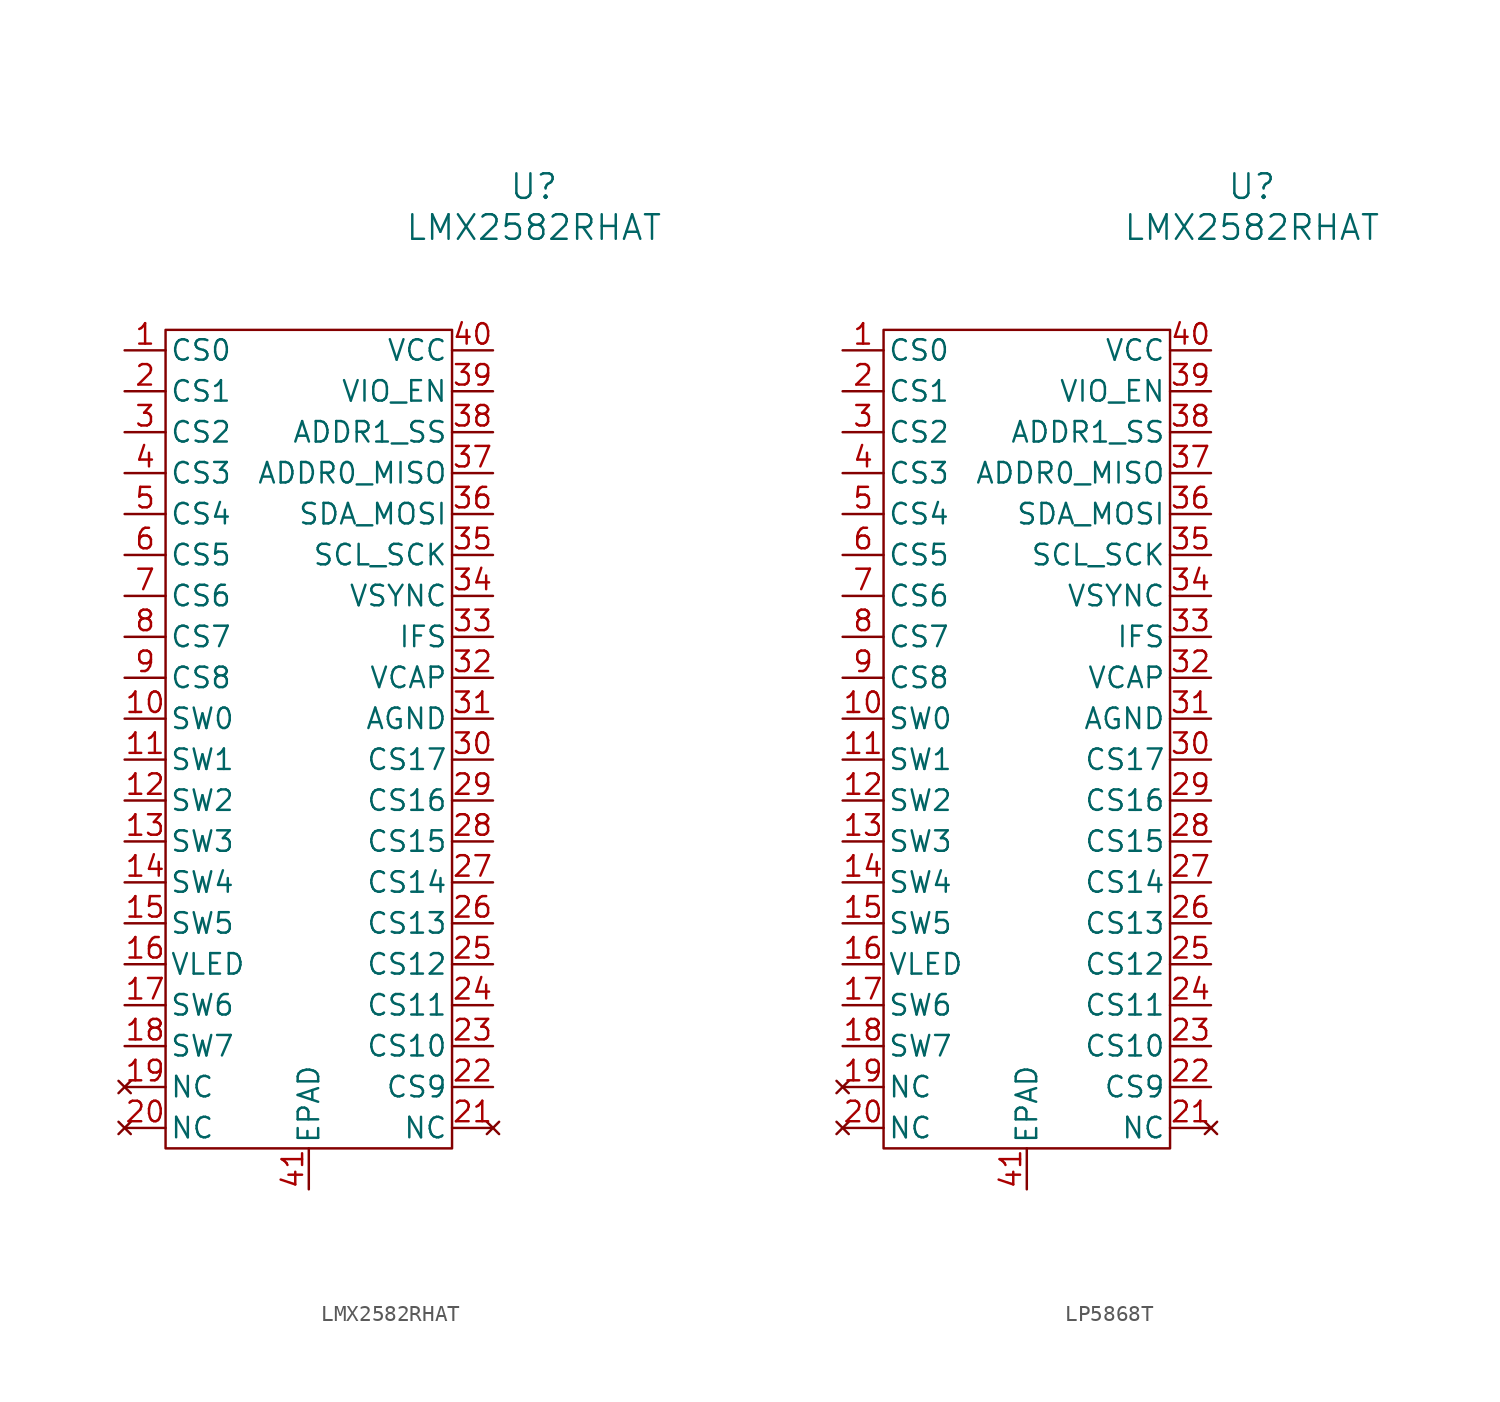
<source format=kicad_sym>
(kicad_symbol_lib
  (version 20220914)
  (generator kicad_symbol_editor)
  (symbol "LMX2582RHAT"
    (pin_names
      (offset 0.254))
    (property "Reference" "U"
      (at 30.48 10.16 0)
      (effects (font (size 1.524 1.524))))
    (property "Value" "LMX2582RHAT"
      (at 30.48 7.62 0)
      (effects (font (size 1.524 1.524))))
    (property "ki_locked" ""
      (at 0 0 0)
      (effects (font (size 1.27 1.27))))
    (symbol "LMX2582RHAT_1_1"
      (rectangle (start 7.62 1.27) (end 25.4 -49.53) (stroke (width 0) (type default)) (fill (type none)))
      (pin output line (at 5.08 0 0) (length 2.54) (name "CS0" (effects (font (size 1.27 1.27)))) (number "1" (effects (font (size 1.27 1.27)))))
      (pin output line (at 5.08 -22.86 0) (length 2.54) (name "SW0" (effects (font (size 1.27 1.27)))) (number "10" (effects (font (size 1.27 1.27)))))
      (pin output line (at 5.08 -25.4 0) (length 2.54) (name "SW1" (effects (font (size 1.27 1.27)))) (number "11" (effects (font (size 1.27 1.27)))))
      (pin output line (at 5.08 -27.94 0) (length 2.54) (name "SW2" (effects (font (size 1.27 1.27)))) (number "12" (effects (font (size 1.27 1.27)))))
      (pin output line (at 5.08 -30.48 0) (length 2.54) (name "SW3" (effects (font (size 1.27 1.27)))) (number "13" (effects (font (size 1.27 1.27)))))
      (pin output line (at 5.08 -33.02 0) (length 2.54) (name "SW4" (effects (font (size 1.27 1.27)))) (number "14" (effects (font (size 1.27 1.27)))))
      (pin output line (at 5.08 -35.56 0) (length 2.54) (name "SW5" (effects (font (size 1.27 1.27)))) (number "15" (effects (font (size 1.27 1.27)))))
      (pin power_in line (at 5.08 -38.1 0) (length 2.54) (name "VLED" (effects (font (size 1.27 1.27)))) (number "16" (effects (font (size 1.27 1.27)))))
      (pin output line (at 5.08 -40.64 0) (length 2.54) (name "SW6" (effects (font (size 1.27 1.27)))) (number "17" (effects (font (size 1.27 1.27)))))
      (pin output line (at 5.08 -43.18 0) (length 2.54) (name "SW7" (effects (font (size 1.27 1.27)))) (number "18" (effects (font (size 1.27 1.27)))))
      (pin no_connect line (at 5.08 -45.72 0) (length 2.54) (name "NC" (effects (font (size 1.27 1.27)))) (number "19" (effects (font (size 1.27 1.27)))))
      (pin output line (at 5.08 -2.54 0) (length 2.54) (name "CS1" (effects (font (size 1.27 1.27)))) (number "2" (effects (font (size 1.27 1.27)))))
      (pin no_connect line (at 5.08 -48.26 0) (length 2.54) (name "NC" (effects (font (size 1.27 1.27)))) (number "20" (effects (font (size 1.27 1.27)))))
      (pin no_connect line (at 27.94 -48.26 180) (length 2.54) (name "NC" (effects (font (size 1.27 1.27)))) (number "21" (effects (font (size 1.27 1.27)))))
      (pin output line (at 27.94 -45.72 180) (length 2.54) (name "CS9" (effects (font (size 1.27 1.27)))) (number "22" (effects (font (size 1.27 1.27)))))
      (pin output line (at 27.94 -43.18 180) (length 2.54) (name "CS10" (effects (font (size 1.27 1.27)))) (number "23" (effects (font (size 1.27 1.27)))))
      (pin output line (at 27.94 -40.64 180) (length 2.54) (name "CS11" (effects (font (size 1.27 1.27)))) (number "24" (effects (font (size 1.27 1.27)))))
      (pin output line (at 27.94 -38.1 180) (length 2.54) (name "CS12" (effects (font (size 1.27 1.27)))) (number "25" (effects (font (size 1.27 1.27)))))
      (pin output line (at 27.94 -35.56 180) (length 2.54) (name "CS13" (effects (font (size 1.27 1.27)))) (number "26" (effects (font (size 1.27 1.27)))))
      (pin output line (at 27.94 -33.02 180) (length 2.54) (name "CS14" (effects (font (size 1.27 1.27)))) (number "27" (effects (font (size 1.27 1.27)))))
      (pin output line (at 27.94 -30.48 180) (length 2.54) (name "CS15" (effects (font (size 1.27 1.27)))) (number "28" (effects (font (size 1.27 1.27)))))
      (pin output line (at 27.94 -27.94 180) (length 2.54) (name "CS16" (effects (font (size 1.27 1.27)))) (number "29" (effects (font (size 1.27 1.27)))))
      (pin output line (at 5.08 -5.08 0) (length 2.54) (name "CS2" (effects (font (size 1.27 1.27)))) (number "3" (effects (font (size 1.27 1.27)))))
      (pin output line (at 27.94 -25.4 180) (length 2.54) (name "CS17" (effects (font (size 1.27 1.27)))) (number "30" (effects (font (size 1.27 1.27)))))
      (pin power_in line (at 27.94 -22.86 180) (length 2.54) (name "AGND" (effects (font (size 1.27 1.27)))) (number "31" (effects (font (size 1.27 1.27)))))
      (pin output line (at 27.94 -20.32 180) (length 2.54) (name "VCAP" (effects (font (size 1.27 1.27)))) (number "32" (effects (font (size 1.27 1.27)))))
      (pin input line (at 27.94 -17.78 180) (length 2.54) (name "IFS" (effects (font (size 1.27 1.27)))) (number "33" (effects (font (size 1.27 1.27)))))
      (pin input line (at 27.94 -15.24 180) (length 2.54) (name "VSYNC" (effects (font (size 1.27 1.27)))) (number "34" (effects (font (size 1.27 1.27)))))
      (pin input line (at 27.94 -12.7 180) (length 2.54) (name "SCL_SCK" (effects (font (size 1.27 1.27)))) (number "35" (effects (font (size 1.27 1.27)))))
      (pin bidirectional line (at 27.94 -10.16 180) (length 2.54) (name "SDA_MOSI" (effects (font (size 1.27 1.27)))) (number "36" (effects (font (size 1.27 1.27)))))
      (pin bidirectional line (at 27.94 -7.62 180) (length 2.54) (name "ADDR0_MISO" (effects (font (size 1.27 1.27)))) (number "37" (effects (font (size 1.27 1.27)))))
      (pin input line (at 27.94 -5.08 180) (length 2.54) (name "ADDR1_SS" (effects (font (size 1.27 1.27)))) (number "38" (effects (font (size 1.27 1.27)))))
      (pin power_in line (at 27.94 -2.54 180) (length 2.54) (name "VIO_EN" (effects (font (size 1.27 1.27)))) (number "39" (effects (font (size 1.27 1.27)))))
      (pin output line (at 5.08 -7.62 0) (length 2.54) (name "CS3" (effects (font (size 1.27 1.27)))) (number "4" (effects (font (size 1.27 1.27)))))
      (pin power_in line (at 27.94 0 180) (length 2.54) (name "VCC" (effects (font (size 1.27 1.27)))) (number "40" (effects (font (size 1.27 1.27)))))
      (pin power_in line (at 16.51 -52.07 90) (length 2.54) (name "EPAD" (effects (font (size 1.27 1.27)))) (number "41" (effects (font (size 1.27 1.27)))))
      (pin output line (at 5.08 -10.16 0) (length 2.54) (name "CS4" (effects (font (size 1.27 1.27)))) (number "5" (effects (font (size 1.27 1.27)))))
      (pin output line (at 5.08 -12.7 0) (length 2.54) (name "CS5" (effects (font (size 1.27 1.27)))) (number "6" (effects (font (size 1.27 1.27)))))
      (pin output line (at 5.08 -15.24 0) (length 2.54) (name "CS6" (effects (font (size 1.27 1.27)))) (number "7" (effects (font (size 1.27 1.27)))))
      (pin output line (at 5.08 -17.78 0) (length 2.54) (name "CS7" (effects (font (size 1.27 1.27)))) (number "8" (effects (font (size 1.27 1.27)))))
      (pin output line (at 5.08 -20.32 0) (length 2.54) (name "CS8" (effects (font (size 1.27 1.27)))) (number "9" (effects (font (size 1.27 1.27)))))))
  (symbol "LP5868T"
    (pin_names
      (offset 0.254))
    (property "Reference" "U"
      (at 30.48 10.16 0)
      (effects (font (size 1.524 1.524))))
    (property "Value" "LMX2582RHAT"
      (at 30.48 7.62 0)
      (effects (font (size 1.524 1.524))))
    (property "ki_locked" ""
      (at 0 0 0)
      (effects (font (size 1.27 1.27))))
    (symbol "LP5868T_1_1"
      (rectangle (start 7.62 1.27) (end 25.4 -49.53) (stroke (width 0) (type default)) (fill (type none)))
      (pin output line (at 5.08 0 0) (length 2.54) (name "CS0" (effects (font (size 1.27 1.27)))) (number "1" (effects (font (size 1.27 1.27)))))
      (pin output line (at 5.08 -22.86 0) (length 2.54) (name "SW0" (effects (font (size 1.27 1.27)))) (number "10" (effects (font (size 1.27 1.27)))))
      (pin output line (at 5.08 -25.4 0) (length 2.54) (name "SW1" (effects (font (size 1.27 1.27)))) (number "11" (effects (font (size 1.27 1.27)))))
      (pin output line (at 5.08 -27.94 0) (length 2.54) (name "SW2" (effects (font (size 1.27 1.27)))) (number "12" (effects (font (size 1.27 1.27)))))
      (pin output line (at 5.08 -30.48 0) (length 2.54) (name "SW3" (effects (font (size 1.27 1.27)))) (number "13" (effects (font (size 1.27 1.27)))))
      (pin output line (at 5.08 -33.02 0) (length 2.54) (name "SW4" (effects (font (size 1.27 1.27)))) (number "14" (effects (font (size 1.27 1.27)))))
      (pin output line (at 5.08 -35.56 0) (length 2.54) (name "SW5" (effects (font (size 1.27 1.27)))) (number "15" (effects (font (size 1.27 1.27)))))
      (pin power_in line (at 5.08 -38.1 0) (length 2.54) (name "VLED" (effects (font (size 1.27 1.27)))) (number "16" (effects (font (size 1.27 1.27)))))
      (pin output line (at 5.08 -40.64 0) (length 2.54) (name "SW6" (effects (font (size 1.27 1.27)))) (number "17" (effects (font (size 1.27 1.27)))))
      (pin output line (at 5.08 -43.18 0) (length 2.54) (name "SW7" (effects (font (size 1.27 1.27)))) (number "18" (effects (font (size 1.27 1.27)))))
      (pin no_connect line (at 5.08 -45.72 0) (length 2.54) (name "NC" (effects (font (size 1.27 1.27)))) (number "19" (effects (font (size 1.27 1.27)))))
      (pin output line (at 5.08 -2.54 0) (length 2.54) (name "CS1" (effects (font (size 1.27 1.27)))) (number "2" (effects (font (size 1.27 1.27)))))
      (pin no_connect line (at 5.08 -48.26 0) (length 2.54) (name "NC" (effects (font (size 1.27 1.27)))) (number "20" (effects (font (size 1.27 1.27)))))
      (pin no_connect line (at 27.94 -48.26 180) (length 2.54) (name "NC" (effects (font (size 1.27 1.27)))) (number "21" (effects (font (size 1.27 1.27)))))
      (pin output line (at 27.94 -45.72 180) (length 2.54) (name "CS9" (effects (font (size 1.27 1.27)))) (number "22" (effects (font (size 1.27 1.27)))))
      (pin output line (at 27.94 -43.18 180) (length 2.54) (name "CS10" (effects (font (size 1.27 1.27)))) (number "23" (effects (font (size 1.27 1.27)))))
      (pin output line (at 27.94 -40.64 180) (length 2.54) (name "CS11" (effects (font (size 1.27 1.27)))) (number "24" (effects (font (size 1.27 1.27)))))
      (pin output line (at 27.94 -38.1 180) (length 2.54) (name "CS12" (effects (font (size 1.27 1.27)))) (number "25" (effects (font (size 1.27 1.27)))))
      (pin output line (at 27.94 -35.56 180) (length 2.54) (name "CS13" (effects (font (size 1.27 1.27)))) (number "26" (effects (font (size 1.27 1.27)))))
      (pin output line (at 27.94 -33.02 180) (length 2.54) (name "CS14" (effects (font (size 1.27 1.27)))) (number "27" (effects (font (size 1.27 1.27)))))
      (pin output line (at 27.94 -30.48 180) (length 2.54) (name "CS15" (effects (font (size 1.27 1.27)))) (number "28" (effects (font (size 1.27 1.27)))))
      (pin output line (at 27.94 -27.94 180) (length 2.54) (name "CS16" (effects (font (size 1.27 1.27)))) (number "29" (effects (font (size 1.27 1.27)))))
      (pin output line (at 5.08 -5.08 0) (length 2.54) (name "CS2" (effects (font (size 1.27 1.27)))) (number "3" (effects (font (size 1.27 1.27)))))
      (pin output line (at 27.94 -25.4 180) (length 2.54) (name "CS17" (effects (font (size 1.27 1.27)))) (number "30" (effects (font (size 1.27 1.27)))))
      (pin power_in line (at 27.94 -22.86 180) (length 2.54) (name "AGND" (effects (font (size 1.27 1.27)))) (number "31" (effects (font (size 1.27 1.27)))))
      (pin output line (at 27.94 -20.32 180) (length 2.54) (name "VCAP" (effects (font (size 1.27 1.27)))) (number "32" (effects (font (size 1.27 1.27)))))
      (pin input line (at 27.94 -17.78 180) (length 2.54) (name "IFS" (effects (font (size 1.27 1.27)))) (number "33" (effects (font (size 1.27 1.27)))))
      (pin input line (at 27.94 -15.24 180) (length 2.54) (name "VSYNC" (effects (font (size 1.27 1.27)))) (number "34" (effects (font (size 1.27 1.27)))))
      (pin input line (at 27.94 -12.7 180) (length 2.54) (name "SCL_SCK" (effects (font (size 1.27 1.27)))) (number "35" (effects (font (size 1.27 1.27)))))
      (pin bidirectional line (at 27.94 -10.16 180) (length 2.54) (name "SDA_MOSI" (effects (font (size 1.27 1.27)))) (number "36" (effects (font (size 1.27 1.27)))))
      (pin bidirectional line (at 27.94 -7.62 180) (length 2.54) (name "ADDR0_MISO" (effects (font (size 1.27 1.27)))) (number "37" (effects (font (size 1.27 1.27)))))
      (pin input line (at 27.94 -5.08 180) (length 2.54) (name "ADDR1_SS" (effects (font (size 1.27 1.27)))) (number "38" (effects (font (size 1.27 1.27)))))
      (pin power_in line (at 27.94 -2.54 180) (length 2.54) (name "VIO_EN" (effects (font (size 1.27 1.27)))) (number "39" (effects (font (size 1.27 1.27)))))
      (pin output line (at 5.08 -7.62 0) (length 2.54) (name "CS3" (effects (font (size 1.27 1.27)))) (number "4" (effects (font (size 1.27 1.27)))))
      (pin power_in line (at 27.94 0 180) (length 2.54) (name "VCC" (effects (font (size 1.27 1.27)))) (number "40" (effects (font (size 1.27 1.27)))))
      (pin power_in line (at 16.51 -52.07 90) (length 2.54) (name "EPAD" (effects (font (size 1.27 1.27)))) (number "41" (effects (font (size 1.27 1.27)))))
      (pin output line (at 5.08 -10.16 0) (length 2.54) (name "CS4" (effects (font (size 1.27 1.27)))) (number "5" (effects (font (size 1.27 1.27)))))
      (pin output line (at 5.08 -12.7 0) (length 2.54) (name "CS5" (effects (font (size 1.27 1.27)))) (number "6" (effects (font (size 1.27 1.27)))))
      (pin output line (at 5.08 -15.24 0) (length 2.54) (name "CS6" (effects (font (size 1.27 1.27)))) (number "7" (effects (font (size 1.27 1.27)))))
      (pin output line (at 5.08 -17.78 0) (length 2.54) (name "CS7" (effects (font (size 1.27 1.27)))) (number "8" (effects (font (size 1.27 1.27)))))
      (pin output line (at 5.08 -20.32 0) (length 2.54) (name "CS8" (effects (font (size 1.27 1.27)))) (number "9" (effects (font (size 1.27 1.27))))))))
</source>
